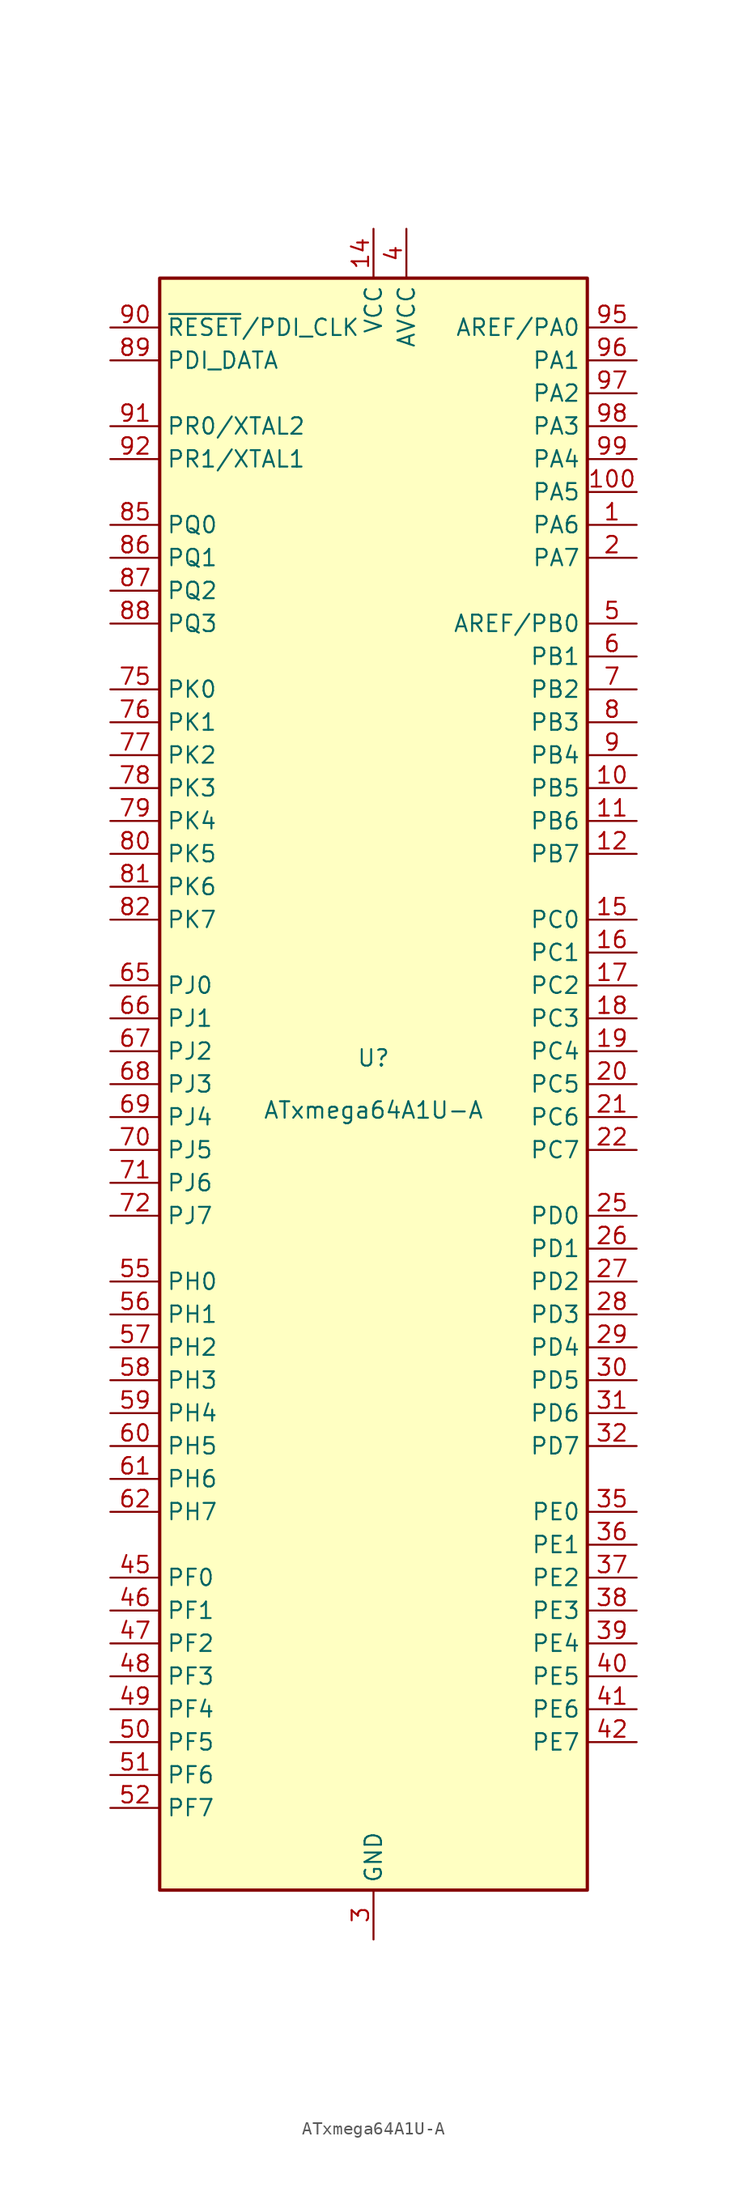
<source format=kicad_sym>
(kicad_symbol_lib
  (version 20231120)
  (generator "kicad_symbol_editor")
  (generator_version "8.0")
  (symbol "ATxmega64A1U-A"
    (property "Reference" "U"
      (at 0 1.27 0)
      (effects (font (size 1.27 1.27)) (justify bottom)))
    (property "Value" "ATxmega64A1U-A"
      (at 0 -1.27 0)
      (effects (font (size 1.27 1.27)) (justify top)))
    (symbol "ATxmega64A1U-A_0_1"
      (rectangle (start -16.51 -62.23) (end 16.51 62.23) (stroke (width 0.254) (type default)) (fill (type background))))
    (symbol "ATxmega64A1U-A_1_1"
      (pin bidirectional line (at 20.32 43.18 180) (length 3.81) (name "PA6" (effects (font (size 1.27 1.27)))) (number "1" (effects (font (size 1.27 1.27)))))
      (pin bidirectional line (at 20.32 22.86 180) (length 3.81) (name "PB5" (effects (font (size 1.27 1.27)))) (number "10" (effects (font (size 1.27 1.27)))))
      (pin bidirectional line (at 20.32 45.72 180) (length 3.81) (name "PA5" (effects (font (size 1.27 1.27)))) (number "100" (effects (font (size 1.27 1.27)))))
      (pin bidirectional line (at 20.32 20.32 180) (length 3.81) (name "PB6" (effects (font (size 1.27 1.27)))) (number "11" (effects (font (size 1.27 1.27)))))
      (pin bidirectional line (at 20.32 17.78 180) (length 3.81) (name "PB7" (effects (font (size 1.27 1.27)))) (number "12" (effects (font (size 1.27 1.27)))))
      (pin passive line (at 0 -66.04 90) (length 3.81) hide (name "GND" (effects (font (size 1.27 1.27)))) (number "13" (effects (font (size 1.27 1.27)))))
      (pin power_in line (at 0 66.04 270) (length 3.81) (name "VCC" (effects (font (size 1.27 1.27)))) (number "14" (effects (font (size 1.27 1.27)))))
      (pin bidirectional line (at 20.32 12.7 180) (length 3.81) (name "PC0" (effects (font (size 1.27 1.27)))) (number "15" (effects (font (size 1.27 1.27)))))
      (pin bidirectional line (at 20.32 10.16 180) (length 3.81) (name "PC1" (effects (font (size 1.27 1.27)))) (number "16" (effects (font (size 1.27 1.27)))))
      (pin bidirectional line (at 20.32 7.62 180) (length 3.81) (name "PC2" (effects (font (size 1.27 1.27)))) (number "17" (effects (font (size 1.27 1.27)))))
      (pin bidirectional line (at 20.32 5.08 180) (length 3.81) (name "PC3" (effects (font (size 1.27 1.27)))) (number "18" (effects (font (size 1.27 1.27)))))
      (pin bidirectional line (at 20.32 2.54 180) (length 3.81) (name "PC4" (effects (font (size 1.27 1.27)))) (number "19" (effects (font (size 1.27 1.27)))))
      (pin bidirectional line (at 20.32 40.64 180) (length 3.81) (name "PA7" (effects (font (size 1.27 1.27)))) (number "2" (effects (font (size 1.27 1.27)))))
      (pin bidirectional line (at 20.32 0 180) (length 3.81) (name "PC5" (effects (font (size 1.27 1.27)))) (number "20" (effects (font (size 1.27 1.27)))))
      (pin bidirectional line (at 20.32 -2.54 180) (length 3.81) (name "PC6" (effects (font (size 1.27 1.27)))) (number "21" (effects (font (size 1.27 1.27)))))
      (pin bidirectional line (at 20.32 -5.08 180) (length 3.81) (name "PC7" (effects (font (size 1.27 1.27)))) (number "22" (effects (font (size 1.27 1.27)))))
      (pin passive line (at 0 -66.04 90) (length 3.81) hide (name "GND" (effects (font (size 1.27 1.27)))) (number "23" (effects (font (size 1.27 1.27)))))
      (pin passive line (at 0 66.04 270) (length 3.81) hide (name "VCC" (effects (font (size 1.27 1.27)))) (number "24" (effects (font (size 1.27 1.27)))))
      (pin bidirectional line (at 20.32 -10.16 180) (length 3.81) (name "PD0" (effects (font (size 1.27 1.27)))) (number "25" (effects (font (size 1.27 1.27)))))
      (pin bidirectional line (at 20.32 -12.7 180) (length 3.81) (name "PD1" (effects (font (size 1.27 1.27)))) (number "26" (effects (font (size 1.27 1.27)))))
      (pin bidirectional line (at 20.32 -15.24 180) (length 3.81) (name "PD2" (effects (font (size 1.27 1.27)))) (number "27" (effects (font (size 1.27 1.27)))))
      (pin bidirectional line (at 20.32 -17.78 180) (length 3.81) (name "PD3" (effects (font (size 1.27 1.27)))) (number "28" (effects (font (size 1.27 1.27)))))
      (pin bidirectional line (at 20.32 -20.32 180) (length 3.81) (name "PD4" (effects (font (size 1.27 1.27)))) (number "29" (effects (font (size 1.27 1.27)))))
      (pin power_in line (at 0 -66.04 90) (length 3.81) (name "GND" (effects (font (size 1.27 1.27)))) (number "3" (effects (font (size 1.27 1.27)))))
      (pin bidirectional line (at 20.32 -22.86 180) (length 3.81) (name "PD5" (effects (font (size 1.27 1.27)))) (number "30" (effects (font (size 1.27 1.27)))))
      (pin bidirectional line (at 20.32 -25.4 180) (length 3.81) (name "PD6" (effects (font (size 1.27 1.27)))) (number "31" (effects (font (size 1.27 1.27)))))
      (pin bidirectional line (at 20.32 -27.94 180) (length 3.81) (name "PD7" (effects (font (size 1.27 1.27)))) (number "32" (effects (font (size 1.27 1.27)))))
      (pin passive line (at 0 -66.04 90) (length 3.81) hide (name "GND" (effects (font (size 1.27 1.27)))) (number "33" (effects (font (size 1.27 1.27)))))
      (pin passive line (at 0 66.04 270) (length 3.81) hide (name "VCC" (effects (font (size 1.27 1.27)))) (number "34" (effects (font (size 1.27 1.27)))))
      (pin bidirectional line (at 20.32 -33.02 180) (length 3.81) (name "PE0" (effects (font (size 1.27 1.27)))) (number "35" (effects (font (size 1.27 1.27)))))
      (pin bidirectional line (at 20.32 -35.56 180) (length 3.81) (name "PE1" (effects (font (size 1.27 1.27)))) (number "36" (effects (font (size 1.27 1.27)))))
      (pin bidirectional line (at 20.32 -38.1 180) (length 3.81) (name "PE2" (effects (font (size 1.27 1.27)))) (number "37" (effects (font (size 1.27 1.27)))))
      (pin bidirectional line (at 20.32 -40.64 180) (length 3.81) (name "PE3" (effects (font (size 1.27 1.27)))) (number "38" (effects (font (size 1.27 1.27)))))
      (pin bidirectional line (at 20.32 -43.18 180) (length 3.81) (name "PE4" (effects (font (size 1.27 1.27)))) (number "39" (effects (font (size 1.27 1.27)))))
      (pin power_in line (at 2.54 66.04 270) (length 3.81) (name "AVCC" (effects (font (size 1.27 1.27)))) (number "4" (effects (font (size 1.27 1.27)))))
      (pin bidirectional line (at 20.32 -45.72 180) (length 3.81) (name "PE5" (effects (font (size 1.27 1.27)))) (number "40" (effects (font (size 1.27 1.27)))))
      (pin bidirectional line (at 20.32 -48.26 180) (length 3.81) (name "PE6" (effects (font (size 1.27 1.27)))) (number "41" (effects (font (size 1.27 1.27)))))
      (pin bidirectional line (at 20.32 -50.8 180) (length 3.81) (name "PE7" (effects (font (size 1.27 1.27)))) (number "42" (effects (font (size 1.27 1.27)))))
      (pin passive line (at 0 -66.04 90) (length 3.81) hide (name "GND" (effects (font (size 1.27 1.27)))) (number "43" (effects (font (size 1.27 1.27)))))
      (pin passive line (at 0 66.04 270) (length 3.81) hide (name "VCC" (effects (font (size 1.27 1.27)))) (number "44" (effects (font (size 1.27 1.27)))))
      (pin bidirectional line (at -20.32 -38.1 0) (length 3.81) (name "PF0" (effects (font (size 1.27 1.27)))) (number "45" (effects (font (size 1.27 1.27)))))
      (pin bidirectional line (at -20.32 -40.64 0) (length 3.81) (name "PF1" (effects (font (size 1.27 1.27)))) (number "46" (effects (font (size 1.27 1.27)))))
      (pin bidirectional line (at -20.32 -43.18 0) (length 3.81) (name "PF2" (effects (font (size 1.27 1.27)))) (number "47" (effects (font (size 1.27 1.27)))))
      (pin bidirectional line (at -20.32 -45.72 0) (length 3.81) (name "PF3" (effects (font (size 1.27 1.27)))) (number "48" (effects (font (size 1.27 1.27)))))
      (pin bidirectional line (at -20.32 -48.26 0) (length 3.81) (name "PF4" (effects (font (size 1.27 1.27)))) (number "49" (effects (font (size 1.27 1.27)))))
      (pin bidirectional line (at 20.32 35.56 180) (length 3.81) (name "AREF/PB0" (effects (font (size 1.27 1.27)))) (number "5" (effects (font (size 1.27 1.27)))))
      (pin bidirectional line (at -20.32 -50.8 0) (length 3.81) (name "PF5" (effects (font (size 1.27 1.27)))) (number "50" (effects (font (size 1.27 1.27)))))
      (pin bidirectional line (at -20.32 -53.34 0) (length 3.81) (name "PF6" (effects (font (size 1.27 1.27)))) (number "51" (effects (font (size 1.27 1.27)))))
      (pin bidirectional line (at -20.32 -55.88 0) (length 3.81) (name "PF7" (effects (font (size 1.27 1.27)))) (number "52" (effects (font (size 1.27 1.27)))))
      (pin passive line (at 0 -66.04 90) (length 3.81) hide (name "GND" (effects (font (size 1.27 1.27)))) (number "53" (effects (font (size 1.27 1.27)))))
      (pin passive line (at 0 66.04 270) (length 3.81) hide (name "VCC" (effects (font (size 1.27 1.27)))) (number "54" (effects (font (size 1.27 1.27)))))
      (pin bidirectional line (at -20.32 -15.24 0) (length 3.81) (name "PH0" (effects (font (size 1.27 1.27)))) (number "55" (effects (font (size 1.27 1.27)))))
      (pin bidirectional line (at -20.32 -17.78 0) (length 3.81) (name "PH1" (effects (font (size 1.27 1.27)))) (number "56" (effects (font (size 1.27 1.27)))))
      (pin bidirectional line (at -20.32 -20.32 0) (length 3.81) (name "PH2" (effects (font (size 1.27 1.27)))) (number "57" (effects (font (size 1.27 1.27)))))
      (pin bidirectional line (at -20.32 -22.86 0) (length 3.81) (name "PH3" (effects (font (size 1.27 1.27)))) (number "58" (effects (font (size 1.27 1.27)))))
      (pin bidirectional line (at -20.32 -25.4 0) (length 3.81) (name "PH4" (effects (font (size 1.27 1.27)))) (number "59" (effects (font (size 1.27 1.27)))))
      (pin bidirectional line (at 20.32 33.02 180) (length 3.81) (name "PB1" (effects (font (size 1.27 1.27)))) (number "6" (effects (font (size 1.27 1.27)))))
      (pin bidirectional line (at -20.32 -27.94 0) (length 3.81) (name "PH5" (effects (font (size 1.27 1.27)))) (number "60" (effects (font (size 1.27 1.27)))))
      (pin bidirectional line (at -20.32 -30.48 0) (length 3.81) (name "PH6" (effects (font (size 1.27 1.27)))) (number "61" (effects (font (size 1.27 1.27)))))
      (pin bidirectional line (at -20.32 -33.02 0) (length 3.81) (name "PH7" (effects (font (size 1.27 1.27)))) (number "62" (effects (font (size 1.27 1.27)))))
      (pin passive line (at 0 -66.04 90) (length 3.81) hide (name "GND" (effects (font (size 1.27 1.27)))) (number "63" (effects (font (size 1.27 1.27)))))
      (pin passive line (at 0 66.04 270) (length 3.81) hide (name "VCC" (effects (font (size 1.27 1.27)))) (number "64" (effects (font (size 1.27 1.27)))))
      (pin bidirectional line (at -20.32 7.62 0) (length 3.81) (name "PJ0" (effects (font (size 1.27 1.27)))) (number "65" (effects (font (size 1.27 1.27)))))
      (pin bidirectional line (at -20.32 5.08 0) (length 3.81) (name "PJ1" (effects (font (size 1.27 1.27)))) (number "66" (effects (font (size 1.27 1.27)))))
      (pin bidirectional line (at -20.32 2.54 0) (length 3.81) (name "PJ2" (effects (font (size 1.27 1.27)))) (number "67" (effects (font (size 1.27 1.27)))))
      (pin bidirectional line (at -20.32 0 0) (length 3.81) (name "PJ3" (effects (font (size 1.27 1.27)))) (number "68" (effects (font (size 1.27 1.27)))))
      (pin bidirectional line (at -20.32 -2.54 0) (length 3.81) (name "PJ4" (effects (font (size 1.27 1.27)))) (number "69" (effects (font (size 1.27 1.27)))))
      (pin bidirectional line (at 20.32 30.48 180) (length 3.81) (name "PB2" (effects (font (size 1.27 1.27)))) (number "7" (effects (font (size 1.27 1.27)))))
      (pin bidirectional line (at -20.32 -5.08 0) (length 3.81) (name "PJ5" (effects (font (size 1.27 1.27)))) (number "70" (effects (font (size 1.27 1.27)))))
      (pin bidirectional line (at -20.32 -7.62 0) (length 3.81) (name "PJ6" (effects (font (size 1.27 1.27)))) (number "71" (effects (font (size 1.27 1.27)))))
      (pin bidirectional line (at -20.32 -10.16 0) (length 3.81) (name "PJ7" (effects (font (size 1.27 1.27)))) (number "72" (effects (font (size 1.27 1.27)))))
      (pin passive line (at 0 -66.04 90) (length 3.81) hide (name "GND" (effects (font (size 1.27 1.27)))) (number "73" (effects (font (size 1.27 1.27)))))
      (pin passive line (at 0 66.04 270) (length 3.81) hide (name "VCC" (effects (font (size 1.27 1.27)))) (number "74" (effects (font (size 1.27 1.27)))))
      (pin bidirectional line (at -20.32 30.48 0) (length 3.81) (name "PK0" (effects (font (size 1.27 1.27)))) (number "75" (effects (font (size 1.27 1.27)))))
      (pin bidirectional line (at -20.32 27.94 0) (length 3.81) (name "PK1" (effects (font (size 1.27 1.27)))) (number "76" (effects (font (size 1.27 1.27)))))
      (pin bidirectional line (at -20.32 25.4 0) (length 3.81) (name "PK2" (effects (font (size 1.27 1.27)))) (number "77" (effects (font (size 1.27 1.27)))))
      (pin bidirectional line (at -20.32 22.86 0) (length 3.81) (name "PK3" (effects (font (size 1.27 1.27)))) (number "78" (effects (font (size 1.27 1.27)))))
      (pin bidirectional line (at -20.32 20.32 0) (length 3.81) (name "PK4" (effects (font (size 1.27 1.27)))) (number "79" (effects (font (size 1.27 1.27)))))
      (pin bidirectional line (at 20.32 27.94 180) (length 3.81) (name "PB3" (effects (font (size 1.27 1.27)))) (number "8" (effects (font (size 1.27 1.27)))))
      (pin bidirectional line (at -20.32 17.78 0) (length 3.81) (name "PK5" (effects (font (size 1.27 1.27)))) (number "80" (effects (font (size 1.27 1.27)))))
      (pin bidirectional line (at -20.32 15.24 0) (length 3.81) (name "PK6" (effects (font (size 1.27 1.27)))) (number "81" (effects (font (size 1.27 1.27)))))
      (pin bidirectional line (at -20.32 12.7 0) (length 3.81) (name "PK7" (effects (font (size 1.27 1.27)))) (number "82" (effects (font (size 1.27 1.27)))))
      (pin passive line (at 0 66.04 270) (length 3.81) hide (name "VCC" (effects (font (size 1.27 1.27)))) (number "83" (effects (font (size 1.27 1.27)))))
      (pin passive line (at 0 -66.04 90) (length 3.81) hide (name "GND" (effects (font (size 1.27 1.27)))) (number "84" (effects (font (size 1.27 1.27)))))
      (pin bidirectional line (at -20.32 43.18 0) (length 3.81) (name "PQ0" (effects (font (size 1.27 1.27)))) (number "85" (effects (font (size 1.27 1.27)))))
      (pin bidirectional line (at -20.32 40.64 0) (length 3.81) (name "PQ1" (effects (font (size 1.27 1.27)))) (number "86" (effects (font (size 1.27 1.27)))))
      (pin bidirectional line (at -20.32 38.1 0) (length 3.81) (name "PQ2" (effects (font (size 1.27 1.27)))) (number "87" (effects (font (size 1.27 1.27)))))
      (pin bidirectional line (at -20.32 35.56 0) (length 3.81) (name "PQ3" (effects (font (size 1.27 1.27)))) (number "88" (effects (font (size 1.27 1.27)))))
      (pin bidirectional line (at -20.32 55.88 0) (length 3.81) (name "PDI_DATA" (effects (font (size 1.27 1.27)))) (number "89" (effects (font (size 1.27 1.27)))))
      (pin bidirectional line (at 20.32 25.4 180) (length 3.81) (name "PB4" (effects (font (size 1.27 1.27)))) (number "9" (effects (font (size 1.27 1.27)))))
      (pin input line (at -20.32 58.42 0) (length 3.81) (name "~{RESET}/PDI_CLK" (effects (font (size 1.27 1.27)))) (number "90" (effects (font (size 1.27 1.27)))))
      (pin bidirectional line (at -20.32 50.8 0) (length 3.81) (name "PR0/XTAL2" (effects (font (size 1.27 1.27)))) (number "91" (effects (font (size 1.27 1.27)))))
      (pin bidirectional line (at -20.32 48.26 0) (length 3.81) (name "PR1/XTAL1" (effects (font (size 1.27 1.27)))) (number "92" (effects (font (size 1.27 1.27)))))
      (pin passive line (at 0 -66.04 90) (length 3.81) hide (name "GND" (effects (font (size 1.27 1.27)))) (number "93" (effects (font (size 1.27 1.27)))))
      (pin passive line (at 2.54 66.04 270) (length 3.81) hide (name "AVCC" (effects (font (size 1.27 1.27)))) (number "94" (effects (font (size 1.27 1.27)))))
      (pin bidirectional line (at 20.32 58.42 180) (length 3.81) (name "AREF/PA0" (effects (font (size 1.27 1.27)))) (number "95" (effects (font (size 1.27 1.27)))))
      (pin bidirectional line (at 20.32 55.88 180) (length 3.81) (name "PA1" (effects (font (size 1.27 1.27)))) (number "96" (effects (font (size 1.27 1.27)))))
      (pin bidirectional line (at 20.32 53.34 180) (length 3.81) (name "PA2" (effects (font (size 1.27 1.27)))) (number "97" (effects (font (size 1.27 1.27)))))
      (pin bidirectional line (at 20.32 50.8 180) (length 3.81) (name "PA3" (effects (font (size 1.27 1.27)))) (number "98" (effects (font (size 1.27 1.27)))))
      (pin bidirectional line (at 20.32 48.26 180) (length 3.81) (name "PA4" (effects (font (size 1.27 1.27)))) (number "99" (effects (font (size 1.27 1.27))))))))
</source>
